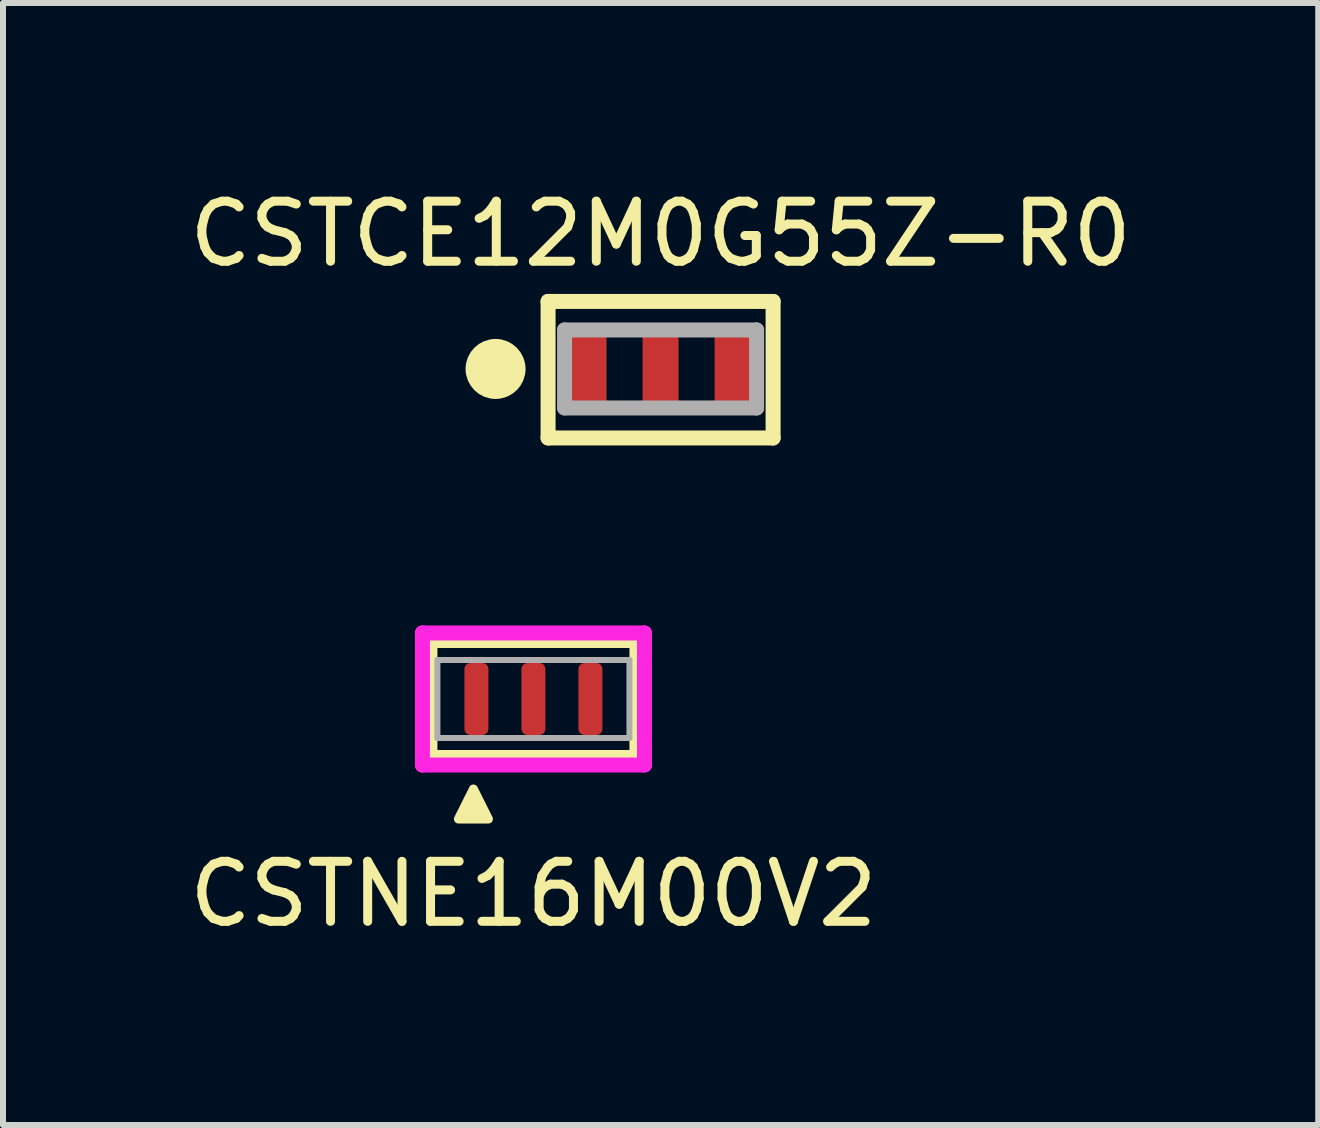
<source format=kicad_pcb>
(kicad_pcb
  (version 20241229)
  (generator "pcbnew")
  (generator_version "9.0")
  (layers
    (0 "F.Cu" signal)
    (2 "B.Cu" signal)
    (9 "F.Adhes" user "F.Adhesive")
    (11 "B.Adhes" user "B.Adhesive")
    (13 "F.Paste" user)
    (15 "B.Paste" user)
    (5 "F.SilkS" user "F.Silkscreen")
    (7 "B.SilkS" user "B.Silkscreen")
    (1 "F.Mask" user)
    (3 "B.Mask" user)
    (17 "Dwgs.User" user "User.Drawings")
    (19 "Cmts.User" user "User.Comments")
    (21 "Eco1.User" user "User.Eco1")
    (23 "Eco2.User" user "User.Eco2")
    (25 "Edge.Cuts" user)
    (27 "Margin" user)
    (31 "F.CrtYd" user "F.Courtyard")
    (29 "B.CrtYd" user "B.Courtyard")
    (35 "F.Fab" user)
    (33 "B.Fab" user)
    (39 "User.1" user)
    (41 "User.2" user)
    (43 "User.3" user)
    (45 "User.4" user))
  (footprint "CSTCE12M0G55Z-R0"
    (layer "F.Cu")
    (at 7.958 3.098)
    (property "Reference" "CSTCE12M0G55Z-R0" (at 0 -2.25 0) (layer "F.SilkS") (effects (font (size 1 1) (thickness 0.15))))
    (attr smd)
    (fp_line (start -1.875 -1.125) (end 1.875 -1.125) (stroke (width 0.25) (type solid)) (layer "F.SilkS"))
    (fp_line (start -1.875 1.15) (end -1.875 -1.125) (stroke (width 0.25) (type solid)) (layer "F.SilkS"))
    (fp_line (start -1.875 1.15) (end 1.875 1.15) (stroke (width 0.25) (type solid)) (layer "F.SilkS"))
    (fp_line (start 1.875 1.15) (end 1.875 -1.125) (stroke (width 0.25) (type solid)) (layer "F.SilkS"))
    (fp_circle (center -2.75 0) (end -2.5 0) (stroke (width 0.5) (type solid)) (fill no) (layer "F.SilkS"))
    (fp_line (start -1.6 -0.65) (end 1.6 -0.65) (stroke (width 0.25) (type solid)) (layer "F.Fab"))
    (fp_line (start -1.6 0.65) (end -1.6 -0.65) (stroke (width 0.25) (type solid)) (layer "F.Fab"))
    (fp_line (start 1.6 -0.65) (end 1.6 0.65) (stroke (width 0.25) (type solid)) (layer "F.Fab"))
    (fp_line (start 1.6 0.65) (end -1.6 0.65) (stroke (width 0.25) (type solid)) (layer "F.Fab"))
    (pad "1" smd roundrect (at -1.2 0) (size 0.6 1.5) (layers "F.Cu" "F.Mask" "F.Paste") (roundrect_rratio 0.25))
    (pad "2" smd roundrect (at 0 0) (size 0.6 1.5) (layers "F.Cu" "F.Mask" "F.Paste") (roundrect_rratio 0.25))
    (pad "3" smd roundrect (at 1.2 0) (size 0.6 1.5) (layers "F.Cu" "F.Mask" "F.Paste") (roundrect_rratio 0.25)))
  (footprint "CSTNE16M00V2"
    (layer "F.Cu")
    (at 5.839 8.598)
    (property "Reference" "CSTNE16M00V2" (at 0 3.25 0) (layer "F.SilkS") (effects (font (size 1 1) (thickness 0.15))))
    (attr through_hole)
    (fp_line (start -1.725 -0.975) (end 1.725 -0.975) (stroke (width 0.25) (type solid)) (layer "F.SilkS"))
    (fp_line (start -1.725 0.975) (end -1.725 -0.975) (stroke (width 0.25) (type solid)) (layer "F.SilkS"))
    (fp_line (start 1.725 -0.975) (end 1.725 0.975) (stroke (width 0.25) (type solid)) (layer "F.SilkS"))
    (fp_line (start 1.725 0.975) (end -1.725 0.975) (stroke (width 0.25) (type solid)) (layer "F.SilkS"))
    (fp_poly (pts (xy -1 1.5) (xy -0.75 2) (xy -1.25 2)) (stroke (width 0.15) (type solid)) (fill yes) (layer "F.SilkS"))
    (fp_line (start -1.85 -1.1) (end 1.85 -1.1) (stroke (width 0.25) (type solid)) (layer "F.CrtYd"))
    (fp_line (start -1.85 1.1) (end -1.85 -1.1) (stroke (width 0.25) (type solid)) (layer "F.CrtYd"))
    (fp_line (start 1.85 -1.1) (end 1.85 1.1) (stroke (width 0.25) (type solid)) (layer "F.CrtYd"))
    (fp_line (start 1.85 1.1) (end -1.85 1.1) (stroke (width 0.25) (type solid)) (layer "F.CrtYd"))
    (fp_line (start -1.6 -0.65) (end 1.6 -0.65) (stroke (width 0.1) (type solid)) (layer "F.Fab"))
    (fp_line (start -1.6 0.65) (end -1.6 -0.65) (stroke (width 0.1) (type solid)) (layer "F.Fab"))
    (fp_line (start 1.6 -0.65) (end 1.6 0.65) (stroke (width 0.1) (type solid)) (layer "F.Fab"))
    (fp_line (start 1.6 0.65) (end -1.6 0.65) (stroke (width 0.1) (type solid)) (layer "F.Fab"))
    (pad "1" smd roundrect (at -0.95 0) (size 0.4 1.2) (layers "F.Cu" "F.Mask" "F.Paste") (roundrect_rratio 0.25))
    (pad "2" smd roundrect (at 0 0) (size 0.4 1.2) (layers "F.Cu" "F.Mask" "F.Paste") (roundrect_rratio 0.25))
    (pad "3" smd roundrect (at 0.95 0) (size 0.4 1.2) (layers "F.Cu" "F.Mask" "F.Paste") (roundrect_rratio 0.25)))
  (gr_rect
    (start -3 -3)
    (end 18.917 15.697)
    (stroke (width 0.1) (type default))
    (fill no)
    (layer "Edge.Cuts")))
</source>
